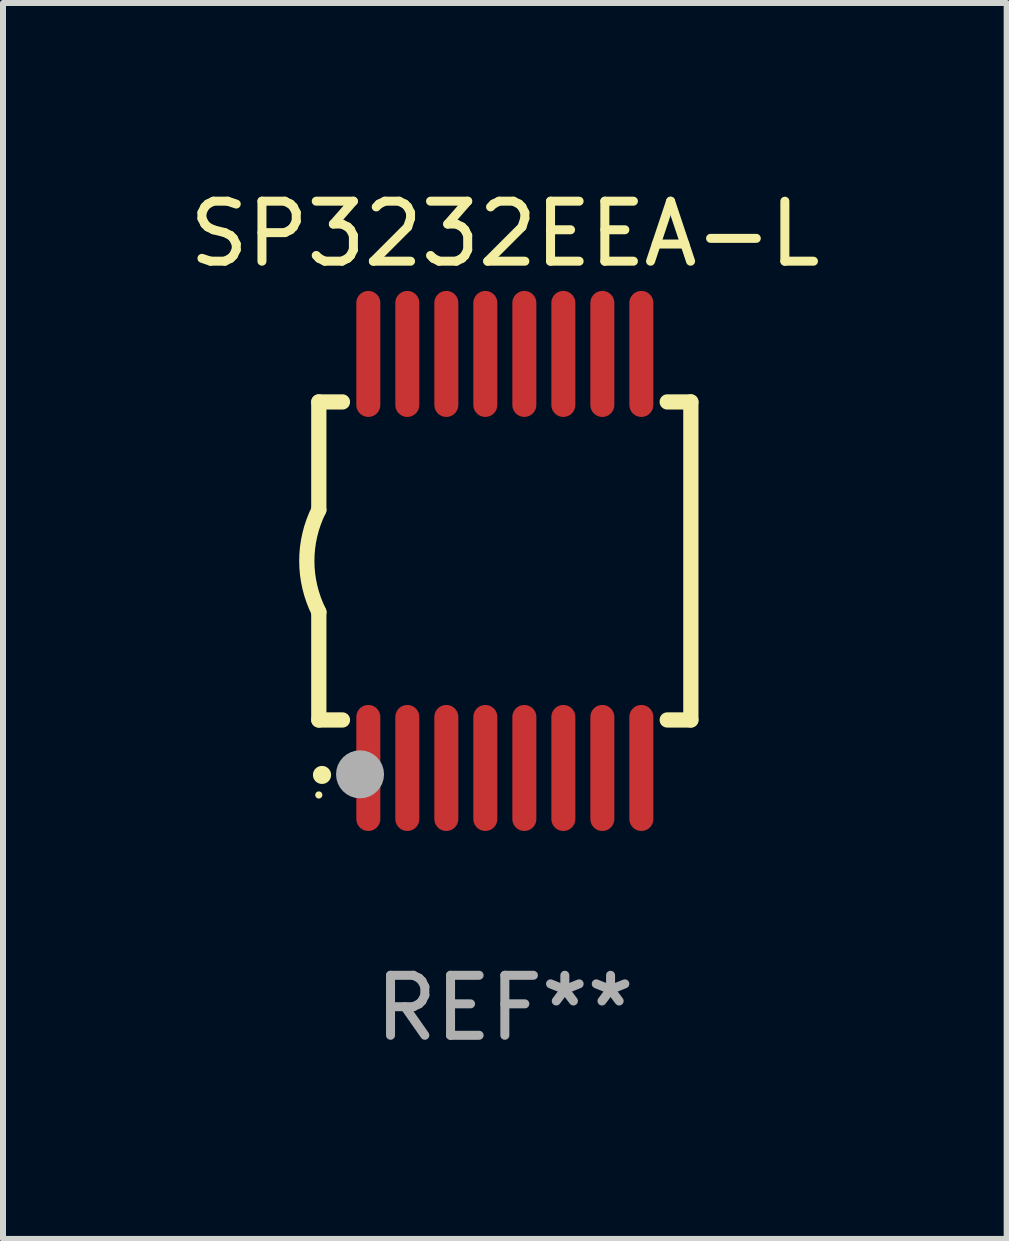
<source format=kicad_pcb>
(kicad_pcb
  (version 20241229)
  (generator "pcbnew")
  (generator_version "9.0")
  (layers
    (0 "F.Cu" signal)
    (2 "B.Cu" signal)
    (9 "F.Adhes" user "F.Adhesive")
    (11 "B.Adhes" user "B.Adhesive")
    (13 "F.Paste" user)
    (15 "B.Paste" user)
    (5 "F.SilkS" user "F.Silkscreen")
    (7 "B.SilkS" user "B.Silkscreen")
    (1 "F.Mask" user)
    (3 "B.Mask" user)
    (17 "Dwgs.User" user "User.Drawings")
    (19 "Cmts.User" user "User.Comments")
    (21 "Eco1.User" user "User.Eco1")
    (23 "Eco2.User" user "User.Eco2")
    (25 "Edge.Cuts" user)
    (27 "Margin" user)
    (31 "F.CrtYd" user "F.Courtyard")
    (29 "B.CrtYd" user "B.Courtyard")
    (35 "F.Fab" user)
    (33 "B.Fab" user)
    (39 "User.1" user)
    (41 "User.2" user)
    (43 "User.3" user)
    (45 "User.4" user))
  (footprint "SP3232EEA-L"
    (layer "F.Cu")
    (at 5.363 6.298)
    (property "Reference" "SP3232EEA-L" (at 0 -5.45 0) (layer "F.SilkS") (effects (font (size 1 1) (thickness 0.15))))
    (attr through_hole)
    (fp_line (start -3.1 -2.65) (end -3.1 -0.85) (stroke (width 0.254) (type solid)) (layer "F.SilkS"))
    (fp_line (start -3.1 -2.65) (end -2.706 -2.65) (stroke (width 0.254) (type solid)) (layer "F.SilkS"))
    (fp_line (start -3.1 2.65) (end -3.1 0.85) (stroke (width 0.254) (type solid)) (layer "F.SilkS"))
    (fp_line (start -3.1 2.65) (end -2.706 2.65) (stroke (width 0.254) (type solid)) (layer "F.SilkS"))
    (fp_line (start 2.706 -2.65) (end 3.1 -2.65) (stroke (width 0.254) (type solid)) (layer "F.SilkS"))
    (fp_line (start 2.706 2.65) (end 3.1 2.65) (stroke (width 0.254) (type solid)) (layer "F.SilkS"))
    (fp_line (start 3.1 -2.65) (end 3.1 2.65) (stroke (width 0.254) (type solid)) (layer "F.SilkS"))
    (fp_arc (start -3.098907 0.850902) (mid -3.300057 0.000523) (end -3.1 -0.850114) (stroke (width 0.254001) (type solid)) (layer "F.SilkS"))
    (fp_arc (start -3.048006 3.566066) (mid -3.046736 3.566061) (end -3.045466 3.566066) (stroke (width 0.3) (type solid)) (layer "F.SilkS"))
    (fp_circle (center -3.1 3.9) (end -3.07 3.9) (stroke (width 0.06) (type solid)) (fill no) (layer "F.SilkS"))
    (fp_circle (center -2.413 3.556) (end -2.213 3.556) (stroke (width 0.4) (type solid)) (fill no) (layer "F.Fab"))
    (fp_text user "REF**" (at 0 7.45 0) (layer "F.Fab") (effects (font (size 1 1) (thickness 0.15))))
    (pad "1" smd oval (at -2.275 3.45 180) (size 0.4 2.1) (layers "F.Cu" "F.Mask" "F.Paste"))
    (pad "2" smd oval (at -1.625 3.45 180) (size 0.4 2.1) (layers "F.Cu" "F.Mask" "F.Paste"))
    (pad "3" smd oval (at -0.975 3.45 180) (size 0.4 2.1) (layers "F.Cu" "F.Mask" "F.Paste"))
    (pad "4" smd oval (at -0.325 3.45 180) (size 0.4 2.1) (layers "F.Cu" "F.Mask" "F.Paste"))
    (pad "5" smd oval (at 0.325 3.45 180) (size 0.4 2.1) (layers "F.Cu" "F.Mask" "F.Paste"))
    (pad "6" smd oval (at 0.975 3.45 180) (size 0.4 2.1) (layers "F.Cu" "F.Mask" "F.Paste"))
    (pad "7" smd oval (at 1.625 3.45 180) (size 0.4 2.1) (layers "F.Cu" "F.Mask" "F.Paste"))
    (pad "8" smd oval (at 2.275 3.45 180) (size 0.4 2.1) (layers "F.Cu" "F.Mask" "F.Paste"))
    (pad "9" smd oval (at 2.275 -3.45 180) (size 0.4 2.1) (layers "F.Cu" "F.Mask" "F.Paste"))
    (pad "10" smd oval (at 1.625 -3.45 180) (size 0.4 2.1) (layers "F.Cu" "F.Mask" "F.Paste"))
    (pad "11" smd oval (at 0.975 -3.45 180) (size 0.4 2.1) (layers "F.Cu" "F.Mask" "F.Paste"))
    (pad "12" smd oval (at 0.325 -3.45 180) (size 0.4 2.1) (layers "F.Cu" "F.Mask" "F.Paste"))
    (pad "13" smd oval (at -0.325 -3.45 180) (size 0.4 2.1) (layers "F.Cu" "F.Mask" "F.Paste"))
    (pad "14" smd oval (at -0.975 -3.45 180) (size 0.4 2.1) (layers "F.Cu" "F.Mask" "F.Paste"))
    (pad "15" smd oval (at -1.625 -3.45 180) (size 0.4 2.1) (layers "F.Cu" "F.Mask" "F.Paste"))
    (pad "16" smd oval (at -2.275 -3.45 180) (size 0.4 2.1) (layers "F.Cu" "F.Mask" "F.Paste")))
  (gr_rect
    (start -3 -3)
    (end 13.726 17.597)
    (stroke (width 0.1) (type default))
    (fill no)
    (layer "Edge.Cuts")))
</source>
